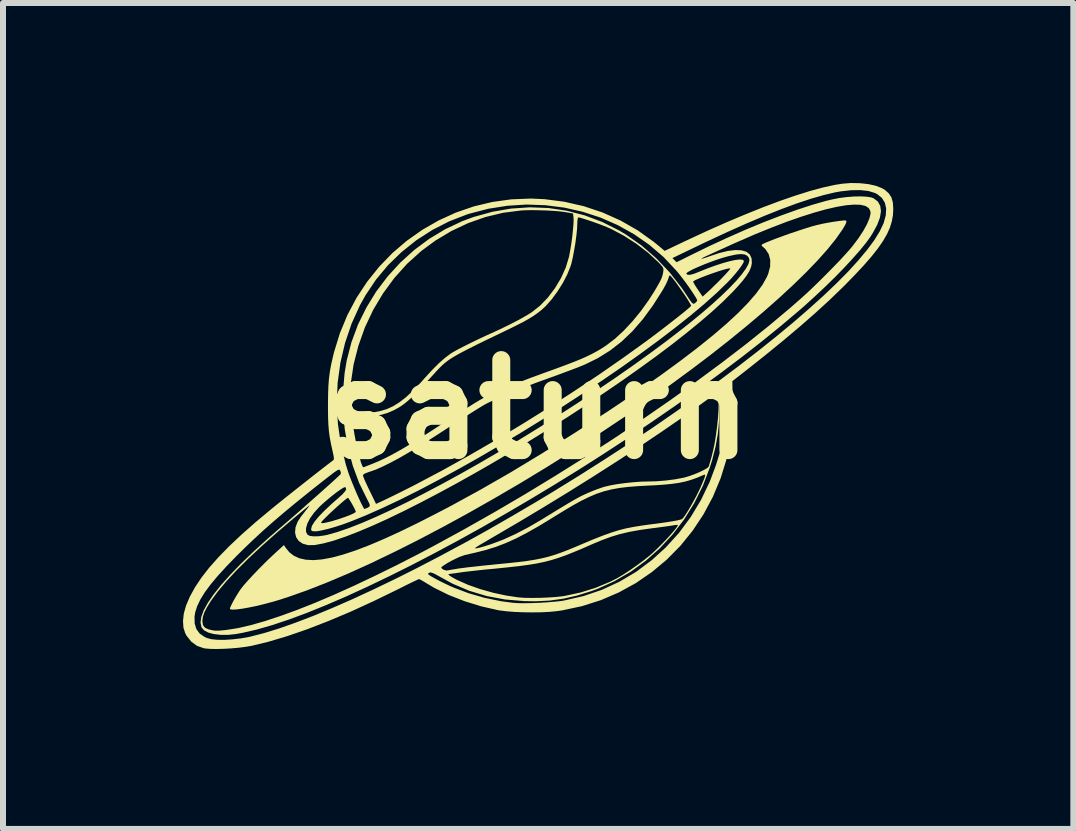
<source format=kicad_pcb>
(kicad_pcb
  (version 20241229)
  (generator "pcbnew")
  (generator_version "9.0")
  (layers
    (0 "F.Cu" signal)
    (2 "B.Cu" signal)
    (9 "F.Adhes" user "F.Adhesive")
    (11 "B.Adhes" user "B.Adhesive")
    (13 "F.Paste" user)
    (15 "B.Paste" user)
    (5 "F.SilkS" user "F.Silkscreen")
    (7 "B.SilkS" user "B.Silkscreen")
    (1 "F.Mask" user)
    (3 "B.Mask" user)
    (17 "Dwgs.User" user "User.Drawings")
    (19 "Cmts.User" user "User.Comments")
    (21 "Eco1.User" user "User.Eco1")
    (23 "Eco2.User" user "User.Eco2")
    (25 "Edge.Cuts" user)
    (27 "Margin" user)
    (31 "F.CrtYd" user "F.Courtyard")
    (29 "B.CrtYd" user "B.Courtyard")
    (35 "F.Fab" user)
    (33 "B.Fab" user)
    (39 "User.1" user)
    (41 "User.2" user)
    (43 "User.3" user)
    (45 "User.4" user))
  (footprint "saturn"
    (layer "F.Cu")
    (at 5.911 3.773)
    (property "Reference" "saturn" (at 0 0 0) (layer "F.SilkS") (effects (font (size 1.5 1.5) (thickness 0.3))))
    (attr board_only exclude_from_pos_files exclude_from_bom)
    (fp_poly (pts (xy 5.144 -3.141) (xy 5.143 -3.115) (xy 5.122 -3.069) (xy 5.08 -2.999) (xy 5.078 -2.996) (xy 4.967 -2.838) (xy 4.828 -2.666) (xy 4.663 -2.481) (xy 4.472 -2.283) (xy 4.258 -2.074) (xy 4.022 -1.856) (xy 3.765 -1.629) (xy 3.49 -1.396) (xy 3.197 -1.157) (xy 2.888 -0.914) (xy 2.565 -0.669) (xy 2.229 -0.422) (xy 1.901 -0.188) (xy 1.473 0.107) (xy 1.038 0.397) (xy 0.601 0.68) (xy 0.162 0.955) (xy -0.276 1.221) (xy -0.712 1.476) (xy -1.142 1.72) (xy -1.566 1.952) (xy -1.98 2.17) (xy -2.383 2.373) (xy -2.772 2.56) (xy -3.146 2.73) (xy -3.502 2.881) (xy -3.838 3.013) (xy -4.152 3.124) (xy -4.335 3.183) (xy -4.462 3.219) (xy -4.588 3.252) (xy -4.711 3.281) (xy -4.826 3.304) (xy -4.928 3.322) (xy -5.014 3.333) (xy -5.079 3.337) (xy -5.119 3.333) (xy -5.131 3.323) (xy -5.122 3.295) (xy -5.099 3.247) (xy -5.067 3.185) (xy -5.028 3.118) (xy -4.988 3.053) (xy -4.951 2.997) (xy -4.945 2.989) (xy -4.898 2.93) (xy -4.83 2.853) (xy -4.748 2.764) (xy -4.657 2.669) (xy -4.561 2.572) (xy -4.466 2.479) (xy -4.377 2.396) (xy -4.362 2.382) (xy -4.229 2.261) (xy -4.202 2.303) (xy -4.14 2.38) (xy -4.064 2.439) (xy -3.972 2.481) (xy -3.864 2.505) (xy -3.739 2.512) (xy -3.595 2.5) (xy -3.432 2.47) (xy -3.249 2.421) (xy -3.044 2.354) (xy -2.818 2.268) (xy -2.569 2.162) (xy -2.297 2.038) (xy -1.999 1.893) (xy -1.676 1.728) (xy -1.456 1.613) (xy -0.966 1.345) (xy -0.457 1.053) (xy 0.071 0.734) (xy 0.62 0.39) (xy 1.19 0.019) (xy 1.329 -0.074) (xy 1.706 -0.329) (xy 2.054 -0.572) (xy 2.371 -0.804) (xy 2.658 -1.023) (xy 2.916 -1.23) (xy 3.143 -1.424) (xy 3.34 -1.606) (xy 3.506 -1.776) (xy 3.641 -1.932) (xy 3.746 -2.076) (xy 3.819 -2.206) (xy 3.842 -2.26) (xy 3.874 -2.38) (xy 3.876 -2.49) (xy 3.85 -2.587) (xy 3.797 -2.669) (xy 3.77 -2.694) (xy 3.738 -2.723) (xy 3.73 -2.739) (xy 3.743 -2.751) (xy 3.751 -2.756) (xy 3.807 -2.782) (xy 3.889 -2.815) (xy 3.99 -2.854) (xy 4.105 -2.896) (xy 4.226 -2.939) (xy 4.349 -2.98) (xy 4.466 -3.018) (xy 4.57 -3.05) (xy 4.656 -3.073) (xy 4.737 -3.092) (xy 4.83 -3.11) (xy 4.925 -3.126) (xy 5.015 -3.139) (xy 5.087 -3.148) (xy 5.126 -3.15)) (stroke (width 0) (type solid)) (fill yes) (layer "F.SilkS"))
    (fp_poly (pts (xy 5.37 -3.77) (xy 5.509 -3.755) (xy 5.634 -3.727) (xy 5.737 -3.687) (xy 5.783 -3.661) (xy 5.85 -3.602) (xy 5.895 -3.534) (xy 5.919 -3.449) (xy 5.926 -3.343) (xy 5.921 -3.238) (xy 5.902 -3.134) (xy 5.87 -3.029) (xy 5.821 -2.92) (xy 5.755 -2.806) (xy 5.67 -2.683) (xy 5.565 -2.55) (xy 5.438 -2.404) (xy 5.287 -2.242) (xy 5.112 -2.063) (xy 5.068 -2.02) (xy 4.863 -1.822) (xy 4.63 -1.609) (xy 4.372 -1.383) (xy 4.091 -1.146) (xy 3.789 -0.9) (xy 3.469 -0.646) (xy 3.447 -0.629) (xy 3.244 -0.471) (xy 3.249 -0.121) (xy 3.248 0.083) (xy 3.241 0.263) (xy 3.226 0.427) (xy 3.202 0.584) (xy 3.169 0.743) (xy 3.15 0.821) (xy 3.049 1.147) (xy 2.92 1.456) (xy 2.764 1.748) (xy 2.583 2.021) (xy 2.378 2.274) (xy 2.151 2.504) (xy 1.903 2.711) (xy 1.637 2.894) (xy 1.353 3.05) (xy 1.053 3.179) (xy 0.738 3.279) (xy 0.411 3.349) (xy 0.313 3.363) (xy 0.198 3.374) (xy 0.061 3.381) (xy -0.089 3.383) (xy -0.242 3.381) (xy -0.39 3.375) (xy -0.524 3.364) (xy -0.635 3.35) (xy -0.656 3.347) (xy -0.941 3.282) (xy -1.219 3.196) (xy -1.482 3.093) (xy -1.724 2.974) (xy -1.867 2.889) (xy -1.918 2.858) (xy -1.958 2.836) (xy -1.977 2.828) (xy -1.996 2.835) (xy -2.041 2.856) (xy -2.106 2.887) (xy -2.188 2.927) (xy -2.281 2.974) (xy -2.321 2.994) (xy -2.727 3.192) (xy -3.117 3.371) (xy -3.49 3.528) (xy -3.844 3.665) (xy -4.178 3.78) (xy -4.49 3.873) (xy -4.767 3.94) (xy -4.867 3.957) (xy -4.984 3.972) (xy -5.109 3.983) (xy -5.235 3.99) (xy -5.355 3.993) (xy -5.459 3.991) (xy -5.541 3.984) (xy -5.566 3.98) (xy -5.679 3.94) (xy -5.773 3.871) (xy -5.85 3.774) (xy -5.874 3.73) (xy -5.904 3.637) (xy -5.911 3.526) (xy -5.903 3.451) (xy -5.719 3.451) (xy -5.717 3.566) (xy -5.689 3.66) (xy -5.634 3.735) (xy -5.55 3.793) (xy -5.51 3.811) (xy -5.436 3.83) (xy -5.336 3.84) (xy -5.216 3.841) (xy -5.084 3.832) (xy -4.945 3.816) (xy -4.806 3.791) (xy -4.784 3.786) (xy -4.559 3.728) (xy -4.31 3.651) (xy -4.037 3.555) (xy -3.742 3.442) (xy -3.428 3.312) (xy -3.096 3.167) (xy -2.748 3.006) (xy -2.386 2.832) (xy -2.206 2.742) (xy -1.829 2.742) (xy -1.814 2.757) (xy -1.774 2.783) (xy -1.714 2.817) (xy -1.639 2.857) (xy -1.554 2.899) (xy -1.465 2.941) (xy -1.392 2.973) (xy -1.147 3.065) (xy -0.883 3.141) (xy -0.611 3.197) (xy -0.415 3.223) (xy -0.333 3.229) (xy -0.226 3.23) (xy -0.102 3.228) (xy 0.03 3.223) (xy 0.161 3.215) (xy 0.283 3.205) (xy 0.388 3.194) (xy 0.441 3.185) (xy 0.764 3.111) (xy 1.072 3.006) (xy 1.364 2.871) (xy 1.642 2.706) (xy 1.904 2.51) (xy 2.134 2.301) (xy 2.354 2.059) (xy 2.551 1.793) (xy 2.723 1.507) (xy 2.868 1.204) (xy 2.97 0.931) (xy 3.023 0.761) (xy 3.063 0.609) (xy 3.092 0.463) (xy 3.111 0.314) (xy 3.123 0.151) (xy 3.128 0.005) (xy 3.13 -0.098) (xy 3.131 -0.191) (xy 3.131 -0.267) (xy 3.129 -0.321) (xy 3.127 -0.347) (xy 3.127 -0.347) (xy 3.116 -0.364) (xy 3.098 -0.36) (xy 3.074 -0.346) (xy 3.058 -0.334) (xy 3.046 -0.321) (xy 3.039 -0.3) (xy 3.034 -0.266) (xy 3.032 -0.214) (xy 3.031 -0.138) (xy 3.031 -0.053) (xy 3.024 0.189) (xy 3.002 0.411) (xy 2.963 0.628) (xy 2.906 0.851) (xy 2.867 0.974) (xy 2.752 1.275) (xy 2.609 1.562) (xy 2.441 1.833) (xy 2.248 2.085) (xy 2.034 2.316) (xy 1.8 2.524) (xy 1.548 2.707) (xy 1.28 2.863) (xy 0.999 2.99) (xy 0.895 3.028) (xy 0.654 3.103) (xy 0.426 3.155) (xy 0.2 3.186) (xy -0.035 3.198) (xy -0.22 3.195) (xy -0.541 3.168) (xy -0.848 3.111) (xy -1.14 3.023) (xy -1.42 2.904) (xy -1.653 2.776) (xy -1.701 2.75) (xy -1.489 2.75) (xy -1.471 2.768) (xy -1.427 2.797) (xy -1.358 2.835) (xy -1.337 2.845) (xy -1.159 2.924) (xy -0.957 2.995) (xy -0.741 3.056) (xy -0.521 3.103) (xy -0.328 3.132) (xy -0.228 3.14) (xy -0.105 3.142) (xy 0.032 3.141) (xy 0.172 3.135) (xy 0.304 3.126) (xy 0.42 3.113) (xy 0.457 3.107) (xy 0.712 3.052) (xy 0.963 2.974) (xy 1.201 2.875) (xy 1.321 2.815) (xy 1.422 2.755) (xy 1.537 2.68) (xy 1.657 2.596) (xy 1.772 2.511) (xy 1.872 2.431) (xy 1.915 2.393) (xy 1.99 2.322) (xy 2.067 2.246) (xy 2.141 2.169) (xy 2.208 2.096) (xy 2.265 2.03) (xy 2.308 1.977) (xy 2.332 1.939) (xy 2.337 1.927) (xy 2.322 1.924) (xy 2.284 1.928) (xy 2.256 1.933) (xy 2.212 1.94) (xy 2.142 1.95) (xy 2.053 1.962) (xy 1.955 1.975) (xy 1.897 1.982) (xy 1.7 2.01) (xy 1.528 2.041) (xy 1.37 2.078) (xy 1.218 2.124) (xy 1.062 2.182) (xy 0.907 2.247) (xy 0.741 2.32) (xy 0.594 2.381) (xy 0.463 2.433) (xy 0.34 2.476) (xy 0.222 2.513) (xy 0.103 2.543) (xy -0.023 2.569) (xy -0.16 2.591) (xy -0.313 2.612) (xy -0.488 2.631) (xy -0.69 2.652) (xy -0.762 2.659) (xy -0.883 2.67) (xy -1.004 2.683) (xy -1.117 2.696) (xy -1.215 2.707) (xy -1.288 2.717) (xy -1.294 2.718) (xy -1.367 2.729) (xy -1.427 2.737) (xy -1.466 2.742) (xy -1.477 2.743) (xy -1.489 2.75) (xy -1.701 2.75) (xy -1.726 2.736) (xy -1.777 2.718) (xy -1.796 2.718) (xy -1.823 2.732) (xy -1.829 2.742) (xy -2.206 2.742) (xy -2.011 2.644) (xy -1.994 2.635) (xy -1.608 2.635) (xy -1.594 2.656) (xy -1.561 2.675) (xy -1.524 2.685) (xy -1.507 2.684) (xy -1.48 2.679) (xy -1.428 2.67) (xy -1.36 2.659) (xy -1.312 2.651) (xy -1.248 2.643) (xy -1.157 2.631) (xy -1.045 2.619) (xy -0.921 2.605) (xy -0.79 2.592) (xy -0.694 2.582) (xy -0.498 2.563) (xy -0.33 2.545) (xy -0.185 2.527) (xy -0.058 2.507) (xy 0.056 2.485) (xy 0.164 2.459) (xy 0.269 2.428) (xy 0.378 2.391) (xy 0.496 2.346) (xy 0.628 2.292) (xy 0.767 2.233) (xy 0.941 2.16) (xy 1.092 2.101) (xy 1.226 2.053) (xy 1.351 2.014) (xy 1.473 1.983) (xy 1.6 1.958) (xy 1.738 1.936) (xy 1.843 1.921) (xy 2.01 1.9) (xy 2.144 1.881) (xy 2.249 1.864) (xy 2.327 1.85) (xy 2.379 1.837) (xy 2.405 1.828) (xy 2.427 1.806) (xy 2.461 1.759) (xy 2.503 1.693) (xy 2.55 1.614) (xy 2.599 1.527) (xy 2.647 1.437) (xy 2.69 1.35) (xy 2.718 1.291) (xy 2.755 1.204) (xy 2.779 1.144) (xy 2.79 1.107) (xy 2.79 1.089) (xy 2.78 1.087) (xy 2.773 1.089) (xy 2.663 1.136) (xy 2.561 1.173) (xy 2.461 1.202) (xy 2.355 1.224) (xy 2.239 1.241) (xy 2.105 1.254) (xy 1.947 1.265) (xy 1.853 1.269) (xy 1.669 1.279) (xy 1.508 1.292) (xy 1.364 1.309) (xy 1.232 1.333) (xy 1.107 1.364) (xy 0.984 1.405) (xy 0.859 1.458) (xy 0.726 1.523) (xy 0.581 1.603) (xy 0.418 1.7) (xy 0.233 1.814) (xy 0.229 1.817) (xy 0.013 1.948) (xy -0.182 2.058) (xy -0.362 2.151) (xy -0.533 2.228) (xy -0.7 2.292) (xy -0.868 2.344) (xy -1.042 2.388) (xy -1.118 2.405) (xy -1.217 2.428) (xy -1.305 2.459) (xy -1.398 2.503) (xy -1.444 2.527) (xy -1.51 2.564) (xy -1.563 2.598) (xy -1.598 2.623) (xy -1.608 2.635) (xy -1.994 2.635) (xy -1.627 2.444) (xy -1.389 2.316) (xy -1.042 2.316) (xy -1.012 2.314) (xy -0.955 2.301) (xy -0.873 2.277) (xy -0.767 2.243) (xy -0.762 2.241) (xy -0.576 2.171) (xy -0.374 2.079) (xy -0.164 1.97) (xy 0.048 1.847) (xy 0.051 1.845) (xy 0.204 1.751) (xy 0.333 1.672) (xy 0.439 1.608) (xy 0.527 1.555) (xy 0.601 1.512) (xy 0.663 1.478) (xy 0.716 1.449) (xy 0.766 1.425) (xy 0.814 1.403) (xy 0.834 1.394) (xy 0.919 1.358) (xy 1.009 1.324) (xy 1.09 1.296) (xy 1.122 1.287) (xy 1.217 1.265) (xy 1.335 1.244) (xy 1.468 1.227) (xy 1.603 1.213) (xy 1.732 1.204) (xy 1.823 1.202) (xy 1.979 1.198) (xy 2.139 1.185) (xy 2.291 1.165) (xy 2.424 1.14) (xy 2.451 1.134) (xy 2.53 1.11) (xy 2.613 1.08) (xy 2.693 1.047) (xy 2.763 1.013) (xy 2.817 0.983) (xy 2.848 0.957) (xy 2.852 0.95) (xy 2.86 0.921) (xy 2.875 0.87) (xy 2.893 0.807) (xy 2.896 0.797) (xy 2.923 0.689) (xy 2.949 0.564) (xy 2.971 0.427) (xy 2.989 0.287) (xy 3.004 0.149) (xy 3.013 0.02) (xy 3.016 -0.094) (xy 3.013 -0.184) (xy 3.008 -0.224) (xy 2.996 -0.286) (xy 2.721 -0.087) (xy 2.41 0.135) (xy 2.072 0.368) (xy 1.711 0.611) (xy 1.33 0.86) (xy 0.933 1.114) (xy 0.524 1.37) (xy 0.107 1.625) (xy -0.315 1.878) (xy -0.737 2.125) (xy -0.826 2.177) (xy -0.906 2.224) (xy -0.972 2.263) (xy -1.018 2.292) (xy -1.041 2.307) (xy -1.041 2.307) (xy -1.042 2.316) (xy -1.389 2.316) (xy -1.233 2.233) (xy -0.833 2.011) (xy -0.429 1.779) (xy -0.021 1.539) (xy 0.279 1.358) (xy 0.703 1.096) (xy 1.117 0.833) (xy 1.521 0.57) (xy 1.913 0.307) (xy 2.293 0.045) (xy 2.66 -0.214) (xy 3.012 -0.47) (xy 3.349 -0.722) (xy 3.669 -0.97) (xy 3.971 -1.211) (xy 4.254 -1.445) (xy 4.516 -1.672) (xy 4.758 -1.89) (xy 4.978 -2.099) (xy 5.174 -2.297) (xy 5.345 -2.485) (xy 5.491 -2.66) (xy 5.611 -2.822) (xy 5.702 -2.97) (xy 5.765 -3.103) (xy 5.766 -3.107) (xy 5.801 -3.233) (xy 5.808 -3.346) (xy 5.786 -3.444) (xy 5.736 -3.525) (xy 5.658 -3.588) (xy 5.62 -3.607) (xy 5.512 -3.64) (xy 5.378 -3.655) (xy 5.224 -3.653) (xy 5.052 -3.634) (xy 4.956 -3.617) (xy 4.766 -3.572) (xy 4.554 -3.511) (xy 4.321 -3.434) (xy 4.066 -3.34) (xy 3.787 -3.229) (xy 3.483 -3.1) (xy 3.154 -2.953) (xy 2.799 -2.788) (xy 2.566 -2.676) (xy 2.246 -2.522) (xy 2.28 -2.487) (xy 2.315 -2.453) (xy 2.55 -2.57) (xy 2.861 -2.722) (xy 3.171 -2.865) (xy 3.477 -3) (xy 3.775 -3.123) (xy 4.061 -3.233) (xy 4.332 -3.33) (xy 4.584 -3.412) (xy 4.813 -3.477) (xy 4.902 -3.498) (xy 5.021 -3.522) (xy 5.144 -3.538) (xy 5.266 -3.548) (xy 5.38 -3.55) (xy 5.48 -3.545) (xy 5.558 -3.533) (xy 5.601 -3.517) (xy 5.67 -3.463) (xy 5.709 -3.391) (xy 5.721 -3.303) (xy 5.704 -3.197) (xy 5.659 -3.077) (xy 5.585 -2.941) (xy 5.547 -2.88) (xy 5.469 -2.772) (xy 5.367 -2.647) (xy 5.244 -2.508) (xy 5.105 -2.358) (xy 4.951 -2.2) (xy 4.786 -2.039) (xy 4.614 -1.878) (xy 4.438 -1.718) (xy 4.369 -1.658) (xy 4.059 -1.396) (xy 3.733 -1.131) (xy 3.39 -0.863) (xy 3.033 -0.594) (xy 2.664 -0.324) (xy 2.285 -0.055) (xy 1.896 0.213) (xy 1.5 0.479) (xy 1.099 0.741) (xy 0.694 0.999) (xy 0.286 1.251) (xy -0.122 1.497) (xy -0.528 1.735) (xy -0.931 1.966) (xy -1.33 2.187) (xy -1.722 2.397) (xy -2.106 2.597) (xy -2.481 2.784) (xy -2.844 2.958) (xy -3.193 3.118) (xy -3.528 3.262) (xy -3.846 3.391) (xy -4.145 3.502) (xy -4.425 3.595) (xy -4.682 3.669) (xy -4.916 3.723) (xy -5.031 3.744) (xy -5.164 3.758) (xy -5.288 3.757) (xy -5.398 3.744) (xy -5.49 3.719) (xy -5.559 3.683) (xy -5.6 3.636) (xy -5.602 3.633) (xy -5.619 3.555) (xy -5.616 3.53) (xy -5.588 3.53) (xy -5.579 3.593) (xy -5.549 3.635) (xy -5.493 3.663) (xy -5.46 3.672) (xy -5.414 3.682) (xy -5.373 3.688) (xy -5.329 3.688) (xy -5.272 3.684) (xy -5.193 3.676) (xy -5.178 3.674) (xy -4.994 3.645) (xy -4.783 3.596) (xy -4.548 3.529) (xy -4.29 3.444) (xy -4.01 3.342) (xy -3.711 3.224) (xy -3.394 3.089) (xy -3.059 2.938) (xy -2.71 2.773) (xy -2.346 2.594) (xy -1.971 2.402) (xy -1.719 2.268) (xy -1.219 1.995) (xy -0.716 1.71) (xy -0.213 1.415) (xy 0.287 1.111) (xy 0.782 0.801) (xy 1.268 0.486) (xy 1.744 0.168) (xy 2.205 -0.151) (xy 2.65 -0.469) (xy 3.076 -0.784) (xy 3.48 -1.094) (xy 3.859 -1.398) (xy 4.21 -1.693) (xy 4.399 -1.859) (xy 4.493 -1.944) (xy 4.597 -2.043) (xy 4.708 -2.151) (xy 4.82 -2.263) (xy 4.93 -2.375) (xy 5.033 -2.481) (xy 5.123 -2.579) (xy 5.198 -2.662) (xy 5.249 -2.724) (xy 5.347 -2.854) (xy 5.427 -2.976) (xy 5.488 -3.087) (xy 5.528 -3.182) (xy 5.547 -3.26) (xy 5.545 -3.305) (xy 5.517 -3.356) (xy 5.462 -3.391) (xy 5.379 -3.41) (xy 5.27 -3.413) (xy 5.137 -3.402) (xy 4.98 -3.375) (xy 4.802 -3.334) (xy 4.603 -3.278) (xy 4.385 -3.209) (xy 4.148 -3.126) (xy 3.895 -3.029) (xy 3.626 -2.92) (xy 3.344 -2.797) (xy 3.257 -2.759) (xy 3.115 -2.694) (xy 3.001 -2.643) (xy 2.911 -2.602) (xy 2.844 -2.571) (xy 2.795 -2.549) (xy 2.763 -2.533) (xy 2.743 -2.523) (xy 2.734 -2.517) (xy 2.731 -2.513) (xy 2.732 -2.511) (xy 2.75 -2.514) (xy 2.791 -2.526) (xy 2.847 -2.545) (xy 2.854 -2.548) (xy 3.023 -2.605) (xy 3.17 -2.641) (xy 3.297 -2.656) (xy 3.4 -2.651) (xy 3.48 -2.626) (xy 3.536 -2.581) (xy 3.565 -2.516) (xy 3.569 -2.437) (xy 3.556 -2.373) (xy 3.528 -2.305) (xy 3.481 -2.229) (xy 3.415 -2.142) (xy 3.326 -2.04) (xy 3.246 -1.954) (xy 3.087 -1.796) (xy 2.905 -1.629) (xy 2.701 -1.454) (xy 2.477 -1.271) (xy 2.235 -1.081) (xy 1.977 -0.887) (xy 1.705 -0.69) (xy 1.421 -0.489) (xy 1.126 -0.287) (xy 0.824 -0.085) (xy 0.515 0.117) (xy 0.201 0.316) (xy -0.115 0.512) (xy -0.431 0.703) (xy -0.746 0.89) (xy -1.058 1.069) (xy -1.364 1.24) (xy -1.664 1.402) (xy -1.954 1.554) (xy -2.233 1.695) (xy -2.499 1.823) (xy -2.75 1.937) (xy -2.984 2.036) (xy -3.199 2.119) (xy -3.393 2.185) (xy -3.565 2.232) (xy -3.712 2.26) (xy -3.719 2.261) (xy -3.827 2.262) (xy -3.916 2.238) (xy -3.983 2.192) (xy -4.026 2.129) (xy -4.044 2.052) (xy -4.037 1.98) (xy -3.861 1.98) (xy -3.86 2.044) (xy -3.834 2.09) (xy -3.797 2.108) (xy -3.734 2.116) (xy -3.653 2.114) (xy -3.562 2.102) (xy -3.507 2.091) (xy -3.339 2.044) (xy -3.147 1.978) (xy -2.932 1.894) (xy -2.696 1.792) (xy -2.442 1.675) (xy -2.172 1.544) (xy -1.888 1.398) (xy -1.591 1.241) (xy -1.284 1.073) (xy -0.969 0.895) (xy -0.649 0.709) (xy -0.324 0.516) (xy 0.002 0.316) (xy 0.327 0.112) (xy 0.65 -0.096) (xy 0.969 -0.306) (xy 1.281 -0.517) (xy 1.584 -0.728) (xy 1.876 -0.938) (xy 2.155 -1.145) (xy 2.419 -1.349) (xy 2.54 -1.445) (xy 2.733 -1.603) (xy 2.907 -1.753) (xy 3.063 -1.895) (xy 3.198 -2.026) (xy 3.312 -2.146) (xy 3.403 -2.253) (xy 3.47 -2.346) (xy 3.513 -2.424) (xy 3.529 -2.485) (xy 3.522 -2.522) (xy 3.493 -2.56) (xy 3.451 -2.582) (xy 3.391 -2.589) (xy 3.31 -2.582) (xy 3.203 -2.559) (xy 3.162 -2.549) (xy 3.074 -2.524) (xy 2.977 -2.492) (xy 2.877 -2.456) (xy 2.778 -2.418) (xy 2.686 -2.379) (xy 2.604 -2.343) (xy 2.539 -2.31) (xy 2.495 -2.284) (xy 2.477 -2.265) (xy 2.477 -2.262) (xy 2.498 -2.243) (xy 2.542 -2.243) (xy 2.611 -2.262) (xy 2.676 -2.288) (xy 2.822 -2.347) (xy 2.959 -2.397) (xy 3.085 -2.438) (xy 3.197 -2.469) (xy 3.291 -2.49) (xy 3.364 -2.498) (xy 3.414 -2.494) (xy 3.436 -2.477) (xy 3.437 -2.47) (xy 3.426 -2.44) (xy 3.396 -2.392) (xy 3.35 -2.329) (xy 3.293 -2.259) (xy 3.229 -2.185) (xy 3.164 -2.117) (xy 2.986 -1.944) (xy 2.779 -1.759) (xy 2.547 -1.564) (xy 2.291 -1.361) (xy 2.015 -1.15) (xy 1.72 -0.933) (xy 1.41 -0.712) (xy 1.087 -0.49) (xy 0.753 -0.266) (xy 0.411 -0.044) (xy 0.065 0.176) (xy -0.285 0.392) (xy -0.635 0.601) (xy -0.982 0.804) (xy -1.325 0.997) (xy -1.659 1.179) (xy -1.984 1.35) (xy -2.296 1.506) (xy -2.593 1.646) (xy -2.873 1.77) (xy -3.129 1.873) (xy -3.255 1.919) (xy -3.379 1.959) (xy -3.495 1.992) (xy -3.596 2.016) (xy -3.675 2.03) (xy -3.71 2.032) (xy -3.753 2.029) (xy -3.772 2.018) (xy -3.776 1.992) (xy -3.762 1.94) (xy -3.727 1.884) (xy -3.609 1.884) (xy -3.606 1.894) (xy -3.59 1.896) (xy -3.589 1.896) (xy -3.553 1.892) (xy -3.495 1.879) (xy -3.427 1.862) (xy -3.411 1.857) (xy -3.312 1.827) (xy -3.221 1.796) (xy -3.142 1.766) (xy -3.08 1.739) (xy -3.042 1.718) (xy -3.031 1.706) (xy -3.039 1.683) (xy -3.058 1.642) (xy -3.085 1.592) (xy -3.114 1.541) (xy -3.14 1.5) (xy -3.158 1.476) (xy -3.162 1.473) (xy -3.181 1.484) (xy -3.219 1.514) (xy -3.273 1.56) (xy -3.337 1.616) (xy -3.406 1.679) (xy -3.476 1.744) (xy -3.505 1.773) (xy -3.561 1.828) (xy -3.595 1.864) (xy -3.609 1.884) (xy -3.727 1.884) (xy -3.72 1.872) (xy -3.651 1.788) (xy -3.555 1.689) (xy -3.434 1.575) (xy -3.327 1.481) (xy -3.256 1.417) (xy -3.211 1.367) (xy -3.192 1.334) (xy -3.192 1.33) (xy -3.2 1.302) (xy -3.212 1.295) (xy -3.239 1.306) (xy -3.286 1.335) (xy -3.347 1.378) (xy -3.416 1.432) (xy -3.489 1.491) (xy -3.56 1.552) (xy -3.624 1.61) (xy -3.641 1.627) (xy -3.727 1.722) (xy -3.794 1.815) (xy -3.839 1.902) (xy -3.861 1.98) (xy -4.037 1.98) (xy -4.036 1.964) (xy -3.999 1.869) (xy -3.945 1.787) (xy -3.9 1.73) (xy -3.856 1.673) (xy -3.832 1.643) (xy -3.815 1.621) (xy -3.805 1.607) (xy -3.804 1.602) (xy -3.815 1.609) (xy -3.841 1.629) (xy -3.885 1.664) (xy -3.948 1.717) (xy -4.034 1.788) (xy -4.064 1.813) (xy -4.343 2.05) (xy -4.596 2.275) (xy -4.821 2.485) (xy -5.019 2.682) (xy -5.188 2.864) (xy -5.328 3.031) (xy -5.44 3.183) (xy -5.457 3.209) (xy -5.517 3.307) (xy -5.557 3.387) (xy -5.58 3.456) (xy -5.588 3.519) (xy -5.588 3.53) (xy -5.616 3.53) (xy -5.607 3.46) (xy -5.566 3.349) (xy -5.497 3.223) (xy -5.399 3.081) (xy -5.274 2.924) (xy -5.121 2.753) (xy -4.941 2.567) (xy -4.733 2.367) (xy -4.499 2.154) (xy -4.242 1.931) (xy -4.16 1.861) (xy -4.076 1.788) (xy -3.998 1.72) (xy -3.935 1.665) (xy -3.92 1.652) (xy -3.869 1.606) (xy -3.799 1.544) (xy -3.716 1.471) (xy -3.628 1.393) (xy -3.548 1.321) (xy -3.469 1.251) (xy -3.4 1.188) (xy -3.343 1.136) (xy -3.303 1.098) (xy -3.283 1.078) (xy -3.282 1.077) (xy -3.281 1.049) (xy -3.291 1.021) (xy -3.299 1.009) (xy -3.309 1.004) (xy -3.326 1.008) (xy -3.353 1.023) (xy -3.394 1.051) (xy -3.452 1.095) (xy -3.531 1.157) (xy -3.574 1.19) (xy -3.814 1.38) (xy -4.029 1.554) (xy -4.224 1.715) (xy -4.403 1.868) (xy -4.569 2.014) (xy -4.726 2.159) (xy -4.878 2.304) (xy -5.013 2.437) (xy -5.186 2.615) (xy -5.332 2.775) (xy -5.452 2.919) (xy -5.549 3.05) (xy -5.623 3.17) (xy -5.675 3.279) (xy -5.707 3.38) (xy -5.719 3.451) (xy -5.903 3.451) (xy -5.898 3.403) (xy -5.862 3.275) (xy -5.861 3.271) (xy -5.796 3.119) (xy -5.711 2.964) (xy -5.604 2.804) (xy -5.474 2.637) (xy -5.319 2.462) (xy -5.139 2.278) (xy -4.932 2.083) (xy -4.697 1.876) (xy -4.438 1.66) (xy -4.373 1.607) (xy -4.292 1.542) (xy -4.2 1.468) (xy -4.099 1.388) (xy -3.994 1.305) (xy -3.888 1.221) (xy -3.784 1.139) (xy -3.686 1.062) (xy -3.597 0.993) (xy -3.521 0.934) (xy -3.462 0.889) (xy -3.423 0.859) (xy -3.409 0.849) (xy -3.399 0.838) (xy -3.396 0.814) (xy -3.402 0.772) (xy -3.416 0.704) (xy -3.419 0.693) (xy -3.445 0.575) (xy -3.465 0.469) (xy -3.479 0.367) (xy -3.488 0.261) (xy -3.493 0.143) (xy -3.495 0.003) (xy -3.495 -0.085) (xy -3.495 -0.104) (xy -3.348 -0.104) (xy -3.33 0.237) (xy -3.281 0.577) (xy -3.199 0.914) (xy -3.158 1.046) (xy -3.132 1.118) (xy -3.1 1.201) (xy -3.063 1.291) (xy -3.025 1.382) (xy -2.987 1.468) (xy -2.951 1.545) (xy -2.921 1.605) (xy -2.899 1.646) (xy -2.887 1.659) (xy -2.868 1.653) (xy -2.837 1.64) (xy -2.809 1.624) (xy -2.798 1.606) (xy -2.803 1.577) (xy -2.825 1.53) (xy -2.846 1.49) (xy -2.976 1.225) (xy -3.022 1.1) (xy -2.913 1.1) (xy -2.905 1.124) (xy -2.886 1.172) (xy -2.856 1.238) (xy -2.82 1.316) (xy -2.803 1.35) (xy -2.694 1.575) (xy -2.528 1.498) (xy -2.464 1.467) (xy -2.376 1.424) (xy -2.273 1.373) (xy -2.16 1.316) (xy -2.046 1.258) (xy -1.998 1.233) (xy -1.588 1.016) (xy -1.162 0.779) (xy -0.723 0.525) (xy -0.28 0.259) (xy 0.164 -0.017) (xy 0.6 -0.299) (xy 1.025 -0.582) (xy 1.431 -0.864) (xy 1.813 -1.139) (xy 1.939 -1.233) (xy 2.048 -1.316) (xy 2.155 -1.398) (xy 2.256 -1.477) (xy 2.348 -1.549) (xy 2.427 -1.612) (xy 2.49 -1.664) (xy 2.534 -1.702) (xy 2.555 -1.723) (xy 2.557 -1.726) (xy 2.548 -1.75) (xy 2.522 -1.794) (xy 2.485 -1.854) (xy 2.439 -1.924) (xy 2.388 -1.997) (xy 2.337 -2.069) (xy 2.289 -2.135) (xy 2.247 -2.188) (xy 2.217 -2.223) (xy 2.201 -2.235) (xy 2.19 -2.221) (xy 2.179 -2.185) (xy 2.178 -2.184) (xy 2.165 -2.147) (xy 2.139 -2.09) (xy 2.104 -2.025) (xy 2.086 -1.993) (xy 1.921 -1.733) (xy 1.753 -1.504) (xy 1.58 -1.304) (xy 1.399 -1.131) (xy 1.208 -0.982) (xy 1.004 -0.855) (xy 0.8 -0.754) (xy 0.736 -0.727) (xy 0.648 -0.692) (xy 0.54 -0.651) (xy 0.422 -0.607) (xy 0.298 -0.561) (xy 0.219 -0.533) (xy -0.008 -0.451) (xy -0.221 -0.37) (xy -0.415 -0.292) (xy -0.589 -0.22) (xy -0.737 -0.153) (xy -0.856 -0.095) (xy -0.86 -0.093) (xy -0.909 -0.065) (xy -0.982 -0.021) (xy -1.073 0.036) (xy -1.178 0.102) (xy -1.293 0.175) (xy -1.411 0.252) (xy -1.461 0.285) (xy -1.705 0.443) (xy -1.924 0.582) (xy -2.119 0.701) (xy -2.293 0.802) (xy -2.447 0.885) (xy -2.582 0.952) (xy -2.7 1.004) (xy -2.803 1.04) (xy -2.813 1.043) (xy -2.878 1.067) (xy -2.909 1.09) (xy -2.913 1.1) (xy -3.022 1.1) (xy -3.081 0.941) (xy -3.161 0.642) (xy -3.215 0.333) (xy -3.229 0.185) (xy -3.082 0.185) (xy -3.078 0.246) (xy -3.068 0.326) (xy -3.053 0.419) (xy -3.034 0.519) (xy -3.013 0.621) (xy -2.99 0.719) (xy -2.967 0.807) (xy -2.946 0.881) (xy -2.926 0.935) (xy -2.911 0.962) (xy -2.906 0.965) (xy -2.888 0.959) (xy -2.847 0.943) (xy -2.789 0.92) (xy -2.75 0.905) (xy -2.655 0.865) (xy -2.559 0.821) (xy -2.458 0.77) (xy -2.349 0.711) (xy -2.229 0.642) (xy -2.095 0.562) (xy -1.943 0.468) (xy -1.772 0.358) (xy -1.577 0.231) (xy -1.507 0.186) (xy -1.385 0.106) (xy -1.264 0.029) (xy -1.15 -0.042) (xy -1.048 -0.106) (xy -0.961 -0.158) (xy -0.895 -0.195) (xy -0.869 -0.209) (xy -0.725 -0.277) (xy -0.553 -0.353) (xy -0.355 -0.434) (xy -0.138 -0.518) (xy 0.096 -0.604) (xy 0.127 -0.615) (xy 0.312 -0.682) (xy 0.469 -0.74) (xy 0.602 -0.791) (xy 0.715 -0.837) (xy 0.812 -0.88) (xy 0.897 -0.921) (xy 0.974 -0.962) (xy 1.048 -1.005) (xy 1.121 -1.052) (xy 1.15 -1.072) (xy 1.289 -1.178) (xy 1.434 -1.312) (xy 1.579 -1.467) (xy 1.719 -1.638) (xy 1.85 -1.821) (xy 1.942 -1.964) (xy 1.994 -2.053) (xy 2.032 -2.12) (xy 2.058 -2.171) (xy 2.074 -2.213) (xy 2.085 -2.252) (xy 2.091 -2.284) (xy 2.096 -2.322) (xy 2.093 -2.351) (xy 2.078 -2.379) (xy 2.046 -2.416) (xy 2.013 -2.451) (xy 1.842 -2.609) (xy 1.647 -2.759) (xy 1.439 -2.893) (xy 1.227 -3.006) (xy 1.157 -3.037) (xy 1.093 -3.063) (xy 1.016 -3.092) (xy 0.932 -3.122) (xy 0.85 -3.15) (xy 0.776 -3.174) (xy 0.718 -3.192) (xy 0.682 -3.2) (xy 0.677 -3.2) (xy 0.668 -3.185) (xy 0.662 -3.145) (xy 0.66 -3.095) (xy 0.656 -3.008) (xy 0.645 -2.899) (xy 0.629 -2.778) (xy 0.608 -2.654) (xy 0.586 -2.537) (xy 0.563 -2.437) (xy 0.547 -2.384) (xy 0.493 -2.249) (xy 0.419 -2.107) (xy 0.33 -1.966) (xy 0.234 -1.835) (xy 0.134 -1.722) (xy 0.067 -1.66) (xy 0.002 -1.609) (xy -0.067 -1.56) (xy -0.144 -1.512) (xy -0.236 -1.46) (xy -0.348 -1.403) (xy -0.485 -1.335) (xy -0.501 -1.328) (xy -0.699 -1.232) (xy -0.87 -1.15) (xy -1.015 -1.079) (xy -1.138 -1.017) (xy -1.242 -0.964) (xy -1.328 -0.918) (xy -1.4 -0.876) (xy -1.461 -0.838) (xy -1.513 -0.801) (xy -1.559 -0.764) (xy -1.601 -0.726) (xy -1.643 -0.684) (xy -1.687 -0.638) (xy -1.735 -0.584) (xy -1.74 -0.579) (xy -1.858 -0.45) (xy -1.957 -0.344) (xy -2.041 -0.257) (xy -2.113 -0.187) (xy -2.177 -0.131) (xy -2.235 -0.085) (xy -2.291 -0.046) (xy -2.35 -0.012) (xy -2.4 0.015) (xy -2.502 0.059) (xy -2.612 0.091) (xy -2.738 0.114) (xy -2.89 0.128) (xy -2.9 0.129) (xy -2.98 0.134) (xy -3.032 0.139) (xy -3.063 0.146) (xy -3.077 0.156) (xy -3.081 0.171) (xy -3.082 0.185) (xy -3.229 0.185) (xy -3.239 0.068) (xy -3.133 0.068) (xy -3.001 0.067) (xy -2.915 0.065) (xy -2.821 0.058) (xy -2.749 0.051) (xy -2.629 0.029) (xy -2.517 -0.004) (xy -2.411 -0.052) (xy -2.306 -0.117) (xy -2.197 -0.201) (xy -2.082 -0.308) (xy -1.955 -0.441) (xy -1.88 -0.525) (xy -1.756 -0.66) (xy -1.646 -0.77) (xy -1.543 -0.86) (xy -1.45 -0.93) (xy -1.397 -0.962) (xy -1.319 -1.005) (xy -1.221 -1.056) (xy -1.108 -1.112) (xy -0.986 -1.171) (xy -0.86 -1.23) (xy -0.77 -1.27) (xy -0.608 -1.345) (xy -0.451 -1.422) (xy -0.308 -1.496) (xy -0.185 -1.566) (xy -0.099 -1.619) (xy 0.04 -1.729) (xy 0.171 -1.865) (xy 0.289 -2.022) (xy 0.39 -2.191) (xy 0.469 -2.367) (xy 0.522 -2.543) (xy 0.525 -2.559) (xy 0.544 -2.662) (xy 0.562 -2.774) (xy 0.577 -2.887) (xy 0.588 -2.994) (xy 0.596 -3.088) (xy 0.599 -3.161) (xy 0.597 -3.195) (xy 0.589 -3.265) (xy 0.477 -3.285) (xy 0.388 -3.298) (xy 0.275 -3.308) (xy 0.147 -3.315) (xy 0.014 -3.319) (xy -0.115 -3.321) (xy -0.23 -3.318) (xy -0.279 -3.315) (xy -0.576 -3.277) (xy -0.871 -3.206) (xy -1.16 -3.104) (xy -1.44 -2.972) (xy -1.707 -2.812) (xy -1.939 -2.641) (xy -2.176 -2.427) (xy -2.39 -2.189) (xy -2.579 -1.931) (xy -2.743 -1.656) (xy -2.88 -1.365) (xy -2.988 -1.061) (xy -3.068 -0.749) (xy -3.116 -0.428) (xy -3.133 -0.104) (xy -3.133 -0.102) (xy -3.133 0.068) (xy -3.239 0.068) (xy -3.243 0.019) (xy -3.245 -0.295) (xy -3.218 -0.604) (xy -3.183 -0.815) (xy -3.104 -1.119) (xy -2.995 -1.413) (xy -2.856 -1.695) (xy -2.692 -1.963) (xy -2.502 -2.214) (xy -2.29 -2.446) (xy -2.058 -2.656) (xy -1.807 -2.843) (xy -1.539 -3.004) (xy -1.257 -3.137) (xy -1.071 -3.206) (xy -0.757 -3.293) (xy -0.443 -3.347) (xy -0.13 -3.368) (xy 0.18 -3.356) (xy 0.485 -3.311) (xy 0.785 -3.233) (xy 1.077 -3.123) (xy 1.361 -2.98) (xy 1.473 -2.913) (xy 1.731 -2.732) (xy 1.973 -2.522) (xy 2.197 -2.286) (xy 2.399 -2.027) (xy 2.473 -1.918) (xy 2.52 -1.846) (xy 2.553 -1.799) (xy 2.576 -1.771) (xy 2.593 -1.761) (xy 2.608 -1.763) (xy 2.622 -1.771) (xy 2.649 -1.797) (xy 2.659 -1.815) (xy 2.649 -1.841) (xy 2.622 -1.887) (xy 2.581 -1.95) (xy 2.531 -2.024) (xy 2.474 -2.103) (xy 2.455 -2.129) (xy 2.591 -2.129) (xy 2.6 -2.108) (xy 2.624 -2.066) (xy 2.658 -2.013) (xy 2.67 -1.996) (xy 2.749 -1.88) (xy 2.826 -1.95) (xy 2.869 -1.989) (xy 2.927 -2.046) (xy 2.994 -2.111) (xy 3.061 -2.179) (xy 3.062 -2.18) (xy 3.119 -2.24) (xy 3.166 -2.291) (xy 3.198 -2.328) (xy 3.211 -2.348) (xy 3.21 -2.349) (xy 3.189 -2.35) (xy 3.142 -2.34) (xy 3.077 -2.322) (xy 2.998 -2.297) (xy 2.913 -2.268) (xy 2.827 -2.237) (xy 2.746 -2.206) (xy 2.676 -2.177) (xy 2.624 -2.153) (xy 2.595 -2.135) (xy 2.591 -2.129) (xy 2.455 -2.129) (xy 2.415 -2.182) (xy 2.357 -2.257) (xy 2.312 -2.311) (xy 2.097 -2.54) (xy 1.86 -2.743) (xy 1.604 -2.921) (xy 1.332 -3.072) (xy 1.047 -3.197) (xy 0.749 -3.294) (xy 0.443 -3.363) (xy 0.13 -3.403) (xy -0.186 -3.414) (xy -0.505 -3.394) (xy -0.822 -3.344) (xy -1.137 -3.262) (xy -1.176 -3.25) (xy -1.473 -3.135) (xy -1.755 -2.991) (xy -2.021 -2.82) (xy -2.267 -2.624) (xy -2.493 -2.405) (xy -2.694 -2.164) (xy -2.869 -1.903) (xy -2.963 -1.734) (xy -3.103 -1.426) (xy -3.211 -1.106) (xy -3.288 -0.778) (xy -3.334 -0.443) (xy -3.348 -0.104) (xy -3.495 -0.104) (xy -3.493 -0.251) (xy -3.488 -0.393) (xy -3.478 -0.52) (xy -3.462 -0.64) (xy -3.439 -0.762) (xy -3.408 -0.896) (xy -3.395 -0.95) (xy -3.297 -1.269) (xy -3.171 -1.573) (xy -3.019 -1.86) (xy -2.842 -2.128) (xy -2.642 -2.377) (xy -2.422 -2.605) (xy -2.182 -2.81) (xy -1.924 -2.992) (xy -1.651 -3.149) (xy -1.364 -3.28) (xy -1.065 -3.383) (xy -0.756 -3.457) (xy -0.438 -3.501) (xy -0.114 -3.514) (xy 0.11 -3.504) (xy 0.442 -3.461) (xy 0.767 -3.387) (xy 1.081 -3.282) (xy 1.382 -3.147) (xy 1.667 -2.984) (xy 1.934 -2.793) (xy 2.01 -2.731) (xy 2.116 -2.642) (xy 2.467 -2.809) (xy 2.807 -2.967) (xy 3.135 -3.113) (xy 3.45 -3.246) (xy 3.749 -3.366) (xy 4.031 -3.472) (xy 4.294 -3.563) (xy 4.536 -3.639) (xy 4.754 -3.698) (xy 4.948 -3.741) (xy 5.072 -3.761) (xy 5.221 -3.773)) (stroke (width 0) (type solid)) (fill yes) (layer "F.SilkS")))
  (gr_rect
    (start -3 -3)
    (end 14.838 10.765)
    (stroke (width 0.1) (type default))
    (fill no)
    (layer "Edge.Cuts")))
</source>
